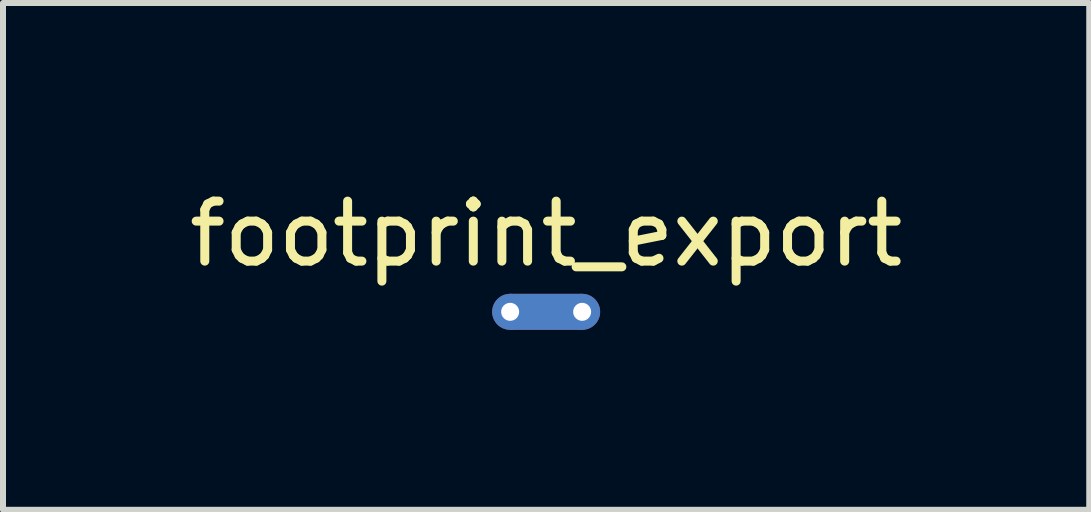
<source format=kicad_pcb>
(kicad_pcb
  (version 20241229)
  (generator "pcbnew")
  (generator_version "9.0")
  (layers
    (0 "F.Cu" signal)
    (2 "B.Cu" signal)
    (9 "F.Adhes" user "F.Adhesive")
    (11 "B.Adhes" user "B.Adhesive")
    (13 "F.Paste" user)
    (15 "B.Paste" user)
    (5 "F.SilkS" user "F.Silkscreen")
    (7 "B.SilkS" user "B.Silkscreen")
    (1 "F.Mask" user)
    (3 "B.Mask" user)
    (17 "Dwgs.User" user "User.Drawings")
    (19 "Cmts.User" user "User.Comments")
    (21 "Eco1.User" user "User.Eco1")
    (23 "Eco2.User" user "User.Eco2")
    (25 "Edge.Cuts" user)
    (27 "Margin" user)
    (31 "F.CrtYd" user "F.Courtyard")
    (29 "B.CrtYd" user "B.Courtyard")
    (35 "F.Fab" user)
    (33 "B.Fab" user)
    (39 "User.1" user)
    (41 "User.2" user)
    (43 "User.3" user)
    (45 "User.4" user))
  (footprint "footprint_export"
    (layer "F.Cu")
    (at 5.454 2.148)
    (property "Reference" "footprint_export" (at 0.6 -1.3 0) (layer "F.SilkS") (effects (font (size 1 1) (thickness 0.15))))
    (attr exclude_from_pos_files exclude_from_bom allow_missing_courtyard)
    (fp_poly (pts (xy 0 -0.3) (xy 1.2 -0.3) (xy 1.2 0.3) (xy 0 0.3)) (stroke (width 0) (type solid)) (fill yes) (layer "F.Cu"))
    (fp_poly (pts (xy 0 -0.3) (xy 1.2 -0.3) (xy 1.2 0.3) (xy 0 0.3)) (stroke (width 0) (type solid)) (fill yes) (layer "B.Cu"))
    (pad "1" thru_hole circle (at 0 0) (size 0.6 0.6) (drill 0.3) (layers "*.Cu"))
    (pad "2" thru_hole circle (at 1.2 0) (size 0.6 0.6) (drill 0.3) (layers "*.Cu")))
  (gr_rect
    (start -3 -3)
    (end 15.107 5.448)
    (stroke (width 0.1) (type default))
    (fill no)
    (layer "Edge.Cuts")))
</source>
